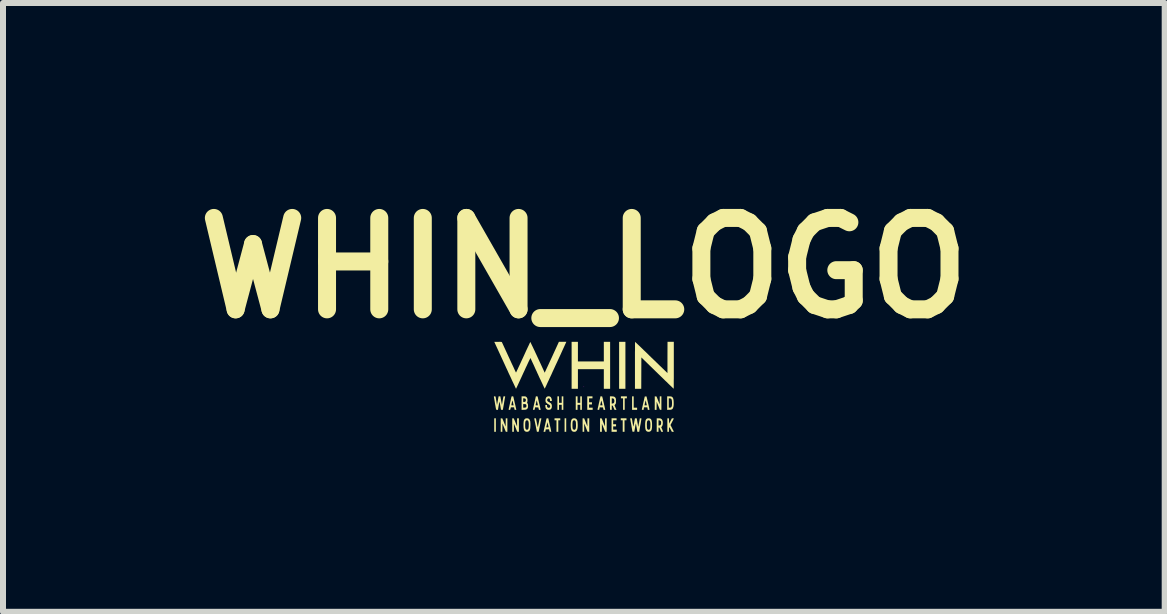
<source format=kicad_pcb>
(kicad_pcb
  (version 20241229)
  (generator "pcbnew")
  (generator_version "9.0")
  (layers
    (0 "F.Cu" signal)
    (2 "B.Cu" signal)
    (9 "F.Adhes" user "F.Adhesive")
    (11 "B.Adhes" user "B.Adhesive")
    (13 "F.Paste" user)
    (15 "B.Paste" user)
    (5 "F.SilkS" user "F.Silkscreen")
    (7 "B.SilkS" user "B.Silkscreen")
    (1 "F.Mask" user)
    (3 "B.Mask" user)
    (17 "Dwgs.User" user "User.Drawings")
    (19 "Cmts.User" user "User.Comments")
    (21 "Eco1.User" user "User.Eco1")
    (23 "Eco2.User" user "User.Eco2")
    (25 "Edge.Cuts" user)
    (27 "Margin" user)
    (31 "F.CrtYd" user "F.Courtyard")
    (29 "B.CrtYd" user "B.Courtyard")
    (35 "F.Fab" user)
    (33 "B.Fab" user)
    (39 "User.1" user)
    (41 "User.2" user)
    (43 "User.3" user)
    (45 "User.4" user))
  (footprint "WHIN_LOGO"
    (layer "F.Cu")
    (at 6.684 3.399)
    (property "Reference" "WHIN_LOGO" (at 0 -1.981 0) (layer "F.SilkS") (effects (font (size 1.524 1.524) (thickness 0.3))))
    (attr exclude_from_pos_files exclude_from_bom)
    (fp_poly (pts (xy -1.467 0.75) (xy -1.494 0.75) (xy -1.494 0.525) (xy -1.467 0.525)) (stroke (width 0) (type solid)) (fill yes) (layer "F.SilkS"))
    (fp_poly (pts (xy -0.294 0.75) (xy -0.321 0.75) (xy -0.321 0.525) (xy -0.294 0.525)) (stroke (width 0) (type solid)) (fill yes) (layer "F.SilkS"))
    (fp_poly (pts (xy 0.693 0.033) (xy 0.588 0.033) (xy 0.588 -0.75) (xy 0.693 -0.75)) (stroke (width 0) (type solid)) (fill yes) (layer "F.SilkS"))
    (fp_poly (pts (xy 0.831 0.348) (xy 0.888 0.348) (xy 0.888 0.384) (xy 0.804 0.384) (xy 0.804 0.159) (xy 0.831 0.159)) (stroke (width 0) (type solid)) (fill yes) (layer "F.SilkS"))
    (fp_poly (pts (xy -0.393 0.558) (xy -0.426 0.558) (xy -0.426 0.75) (xy -0.456 0.75) (xy -0.456 0.558) (xy -0.489 0.558) (xy -0.489 0.525) (xy -0.393 0.525)) (stroke (width 0) (type solid)) (fill yes) (layer "F.SilkS"))
    (fp_poly (pts (xy 0.711 0.558) (xy 0.678 0.558) (xy 0.678 0.75) (xy 0.648 0.75) (xy 0.648 0.558) (xy 0.615 0.558) (xy 0.615 0.525) (xy 0.711 0.525)) (stroke (width 0) (type solid)) (fill yes) (layer "F.SilkS"))
    (fp_poly (pts (xy 0.717 0.192) (xy 0.681 0.192) (xy 0.681 0.384) (xy 0.654 0.384) (xy 0.654 0.192) (xy 0.618 0.192) (xy 0.618 0.159) (xy 0.717 0.159)) (stroke (width 0) (type solid)) (fill yes) (layer "F.SilkS"))
    (fp_poly (pts (xy -0.414 0.267) (xy -0.369 0.267) (xy -0.369 0.159) (xy -0.342 0.159) (xy -0.342 0.384) (xy -0.369 0.384) (xy -0.369 0.3) (xy -0.414 0.3) (xy -0.414 0.384) (xy -0.441 0.384) (xy -0.441 0.159) (xy -0.414 0.159)) (stroke (width 0) (type solid)) (fill yes) (layer "F.SilkS"))
    (fp_poly (pts (xy -0.105 0.267) (xy -0.06 0.267) (xy -0.06 0.159) (xy -0.033 0.159) (xy -0.033 0.384) (xy -0.06 0.384) (xy -0.06 0.3) (xy -0.105 0.3) (xy -0.105 0.384) (xy -0.135 0.384) (xy -0.135 0.159) (xy -0.105 0.159)) (stroke (width 0) (type solid)) (fill yes) (layer "F.SilkS"))
    (fp_poly (pts (xy -0.099 -0.423) (xy 0.333 -0.423) (xy 0.333 -0.75) (xy 0.438 -0.75) (xy 0.438 0.033) (xy 0.333 0.033) (xy 0.333 -0.294) (xy -0.099 -0.294) (xy -0.099 0.033) (xy -0.204 0.033) (xy -0.204 -0.75) (xy -0.099 -0.75)) (stroke (width 0) (type solid)) (fill yes) (layer "F.SilkS"))
    (fp_poly (pts (xy 0.144 0.192) (xy 0.087 0.192) (xy 0.087 0.258) (xy 0.135 0.258) (xy 0.135 0.294) (xy 0.087 0.294) (xy 0.087 0.348) (xy 0.147 0.348) (xy 0.147 0.384) (xy 0.057 0.384) (xy 0.057 0.159) (xy 0.144 0.159)) (stroke (width 0) (type solid)) (fill yes) (layer "F.SilkS"))
    (fp_poly (pts (xy 0.546 0.558) (xy 0.489 0.558) (xy 0.489 0.624) (xy 0.537 0.624) (xy 0.537 0.66) (xy 0.489 0.66) (xy 0.489 0.714) (xy 0.549 0.714) (xy 0.549 0.75) (xy 0.462 0.75) (xy 0.462 0.525) (xy 0.546 0.525)) (stroke (width 0) (type solid)) (fill yes) (layer "F.SilkS"))
    (fp_poly (pts (xy -1.083 0.75) (xy -1.111 0.749) (xy -1.166 0.614) (xy -1.166 0.682) (xy -1.167 0.75) (xy -1.194 0.75) (xy -1.194 0.525) (xy -1.169 0.525) (xy -1.141 0.593) (xy -1.113 0.662) (xy -1.113 0.593) (xy -1.113 0.525) (xy -1.083 0.525)) (stroke (width 0) (type solid)) (fill yes) (layer "F.SilkS"))
    (fp_poly (pts (xy -1.372 0.526) (xy -1.359 0.527) (xy -1.331 0.595) (xy -1.304 0.663) (xy -1.303 0.594) (xy -1.302 0.525) (xy -1.275 0.525) (xy -1.275 0.75) (xy -1.301 0.75) (xy -1.329 0.68) (xy -1.358 0.611) (xy -1.358 0.68) (xy -1.359 0.75) (xy -1.386 0.75) (xy -1.386 0.525)) (stroke (width 0) (type solid)) (fill yes) (layer "F.SilkS"))
    (fp_poly (pts (xy 0.032 0.592) (xy 0.059 0.658) (xy 0.059 0.592) (xy 0.06 0.525) (xy 0.09 0.525) (xy 0.09 0.75) (xy 0.076 0.749) (xy 0.062 0.749) (xy 0.034 0.68) (xy 0.006 0.611) (xy 0.006 0.68) (xy 0.006 0.75) (xy -0.021 0.75) (xy -0.021 0.525) (xy 0.005 0.525)) (stroke (width 0) (type solid)) (fill yes) (layer "F.SilkS"))
    (fp_poly (pts (xy 0.284 0.526) (xy 0.298 0.527) (xy 0.325 0.594) (xy 0.353 0.661) (xy 0.353 0.593) (xy 0.354 0.525) (xy 0.381 0.525) (xy 0.381 0.75) (xy 0.368 0.75) (xy 0.356 0.75) (xy 0.3 0.614) (xy 0.3 0.682) (xy 0.3 0.75) (xy 0.27 0.75) (xy 0.27 0.525)) (stroke (width 0) (type solid)) (fill yes) (layer "F.SilkS"))
    (fp_poly (pts (xy 1.196 0.16) (xy 1.211 0.161) (xy 1.238 0.227) (xy 1.265 0.294) (xy 1.265 0.227) (xy 1.266 0.159) (xy 1.293 0.159) (xy 1.293 0.384) (xy 1.28 0.383) (xy 1.268 0.383) (xy 1.241 0.316) (xy 1.214 0.249) (xy 1.213 0.316) (xy 1.212 0.384) (xy 1.182 0.384) (xy 1.182 0.159)) (stroke (width 0) (type solid)) (fill yes) (layer "F.SilkS"))
    (fp_poly (pts (xy 1.421 0.615) (xy 1.468 0.525) (xy 1.484 0.525) (xy 1.493 0.526) (xy 1.499 0.527) (xy 1.5 0.528) (xy 1.499 0.531) (xy 1.495 0.539) (xy 1.489 0.551) (xy 1.482 0.565) (xy 1.473 0.581) (xy 1.472 0.584) (xy 1.444 0.637) (xy 1.472 0.691) (xy 1.48 0.708) (xy 1.488 0.723) (xy 1.494 0.735) (xy 1.498 0.743) (xy 1.5 0.748) (xy 1.5 0.748) (xy 1.497 0.749) (xy 1.49 0.75) (xy 1.484 0.75) (xy 1.467 0.75) (xy 1.447 0.711) (xy 1.439 0.696) (xy 1.434 0.685) (xy 1.43 0.679) (xy 1.427 0.676) (xy 1.425 0.675) (xy 1.423 0.677) (xy 1.421 0.683) (xy 1.42 0.693) (xy 1.419 0.71) (xy 1.419 0.716) (xy 1.419 0.75) (xy 1.392 0.75) (xy 1.392 0.525) (xy 1.419 0.525)) (stroke (width 0) (type solid)) (fill yes) (layer "F.SilkS"))
    (fp_poly (pts (xy 1.44 0.16) (xy 1.454 0.161) (xy 1.465 0.165) (xy 1.473 0.17) (xy 1.48 0.177) (xy 1.48 0.177) (xy 1.486 0.187) (xy 1.49 0.197) (xy 1.493 0.209) (xy 1.496 0.225) (xy 1.497 0.24) (xy 1.498 0.268) (xy 1.498 0.294) (xy 1.496 0.318) (xy 1.492 0.338) (xy 1.486 0.353) (xy 1.486 0.354) (xy 1.48 0.365) (xy 1.473 0.372) (xy 1.465 0.377) (xy 1.454 0.381) (xy 1.439 0.383) (xy 1.423 0.383) (xy 1.389 0.385) (xy 1.389 0.192) (xy 1.416 0.192) (xy 1.416 0.348) (xy 1.433 0.348) (xy 1.444 0.347) (xy 1.451 0.345) (xy 1.456 0.341) (xy 1.462 0.332) (xy 1.467 0.317) (xy 1.469 0.298) (xy 1.47 0.273) (xy 1.47 0.272) (xy 1.469 0.247) (xy 1.467 0.227) (xy 1.463 0.213) (xy 1.458 0.202) (xy 1.45 0.196) (xy 1.439 0.193) (xy 1.431 0.192) (xy 1.416 0.192) (xy 1.389 0.192) (xy 1.389 0.159) (xy 1.421 0.159)) (stroke (width 0) (type solid)) (fill yes) (layer "F.SilkS"))
    (fp_poly (pts (xy 1.07 0.269) (xy 1.076 0.293) (xy 1.081 0.316) (xy 1.086 0.337) (xy 1.089 0.354) (xy 1.092 0.367) (xy 1.094 0.376) (xy 1.095 0.38) (xy 1.095 0.38) (xy 1.092 0.383) (xy 1.084 0.384) (xy 1.081 0.384) (xy 1.066 0.384) (xy 1.059 0.342) (xy 1.003 0.342) (xy 0.999 0.363) (xy 0.996 0.384) (xy 0.981 0.384) (xy 0.971 0.383) (xy 0.966 0.381) (xy 0.966 0.38) (xy 0.967 0.377) (xy 0.969 0.368) (xy 0.972 0.354) (xy 0.976 0.337) (xy 0.98 0.317) (xy 0.983 0.307) (xy 1.011 0.307) (xy 1.014 0.308) (xy 1.021 0.309) (xy 1.031 0.309) (xy 1.041 0.309) (xy 1.047 0.308) (xy 1.049 0.307) (xy 1.049 0.304) (xy 1.049 0.302) (xy 1.048 0.297) (xy 1.045 0.287) (xy 1.042 0.274) (xy 1.039 0.26) (xy 1.031 0.224) (xy 1.021 0.264) (xy 1.017 0.279) (xy 1.015 0.292) (xy 1.012 0.301) (xy 1.011 0.306) (xy 1.011 0.307) (xy 0.983 0.307) (xy 0.985 0.294) (xy 0.991 0.269) (xy 0.991 0.269) (xy 1.016 0.161) (xy 1.045 0.161)) (stroke (width 0) (type solid)) (fill yes) (layer "F.SilkS"))
    (fp_poly (pts (xy -0.784 0.601) (xy -0.78 0.621) (xy -0.776 0.639) (xy -0.773 0.653) (xy -0.77 0.664) (xy -0.768 0.671) (xy -0.767 0.672) (xy -0.766 0.668) (xy -0.764 0.659) (xy -0.761 0.646) (xy -0.758 0.629) (xy -0.754 0.61) (xy -0.751 0.596) (xy -0.737 0.525) (xy -0.722 0.525) (xy -0.714 0.525) (xy -0.709 0.526) (xy -0.709 0.529) (xy -0.709 0.532) (xy -0.71 0.537) (xy -0.712 0.547) (xy -0.715 0.56) (xy -0.719 0.577) (xy -0.723 0.597) (xy -0.727 0.618) (xy -0.731 0.64) (xy -0.736 0.662) (xy -0.74 0.683) (xy -0.744 0.702) (xy -0.747 0.719) (xy -0.75 0.733) (xy -0.752 0.743) (xy -0.753 0.748) (xy -0.753 0.748) (xy -0.756 0.749) (xy -0.763 0.75) (xy -0.768 0.75) (xy -0.777 0.75) (xy -0.782 0.749) (xy -0.783 0.748) (xy -0.784 0.745) (xy -0.785 0.737) (xy -0.788 0.724) (xy -0.791 0.708) (xy -0.795 0.689) (xy -0.799 0.669) (xy -0.803 0.647) (xy -0.808 0.625) (xy -0.812 0.604) (xy -0.816 0.584) (xy -0.82 0.566) (xy -0.823 0.551) (xy -0.825 0.54) (xy -0.827 0.533) (xy -0.827 0.532) (xy -0.828 0.528) (xy -0.826 0.526) (xy -0.82 0.525) (xy -0.814 0.525) (xy -0.799 0.525)) (stroke (width 0) (type solid)) (fill yes) (layer "F.SilkS"))
    (fp_poly (pts (xy -0.776 0.16) (xy -0.771 0.162) (xy -0.77 0.164) (xy -0.769 0.168) (xy -0.767 0.178) (xy -0.764 0.191) (xy -0.76 0.209) (xy -0.755 0.229) (xy -0.75 0.252) (xy -0.746 0.27) (xy -0.74 0.294) (xy -0.735 0.316) (xy -0.73 0.336) (xy -0.727 0.353) (xy -0.724 0.366) (xy -0.722 0.374) (xy -0.721 0.377) (xy -0.721 0.381) (xy -0.722 0.383) (xy -0.728 0.384) (xy -0.734 0.384) (xy -0.749 0.384) (xy -0.754 0.364) (xy -0.758 0.344) (xy -0.812 0.342) (xy -0.817 0.362) (xy -0.821 0.383) (xy -0.835 0.383) (xy -0.843 0.384) (xy -0.848 0.383) (xy -0.849 0.382) (xy -0.849 0.379) (xy -0.847 0.37) (xy -0.844 0.357) (xy -0.84 0.34) (xy -0.836 0.32) (xy -0.833 0.306) (xy -0.804 0.306) (xy -0.801 0.308) (xy -0.794 0.309) (xy -0.785 0.309) (xy -0.765 0.309) (xy -0.767 0.301) (xy -0.769 0.295) (xy -0.771 0.284) (xy -0.774 0.271) (xy -0.777 0.258) (xy -0.785 0.224) (xy -0.795 0.264) (xy -0.798 0.278) (xy -0.801 0.291) (xy -0.803 0.301) (xy -0.804 0.306) (xy -0.804 0.306) (xy -0.833 0.306) (xy -0.831 0.297) (xy -0.825 0.272) (xy -0.824 0.269) (xy -0.8 0.159) (xy -0.786 0.159)) (stroke (width 0) (type solid)) (fill yes) (layer "F.SilkS"))
    (fp_poly (pts (xy -0.593 0.525) (xy -0.568 0.635) (xy -0.562 0.66) (xy -0.557 0.683) (xy -0.552 0.704) (xy -0.549 0.721) (xy -0.546 0.735) (xy -0.544 0.744) (xy -0.543 0.748) (xy -0.543 0.748) (xy -0.546 0.749) (xy -0.553 0.75) (xy -0.557 0.749) (xy -0.572 0.749) (xy -0.58 0.708) (xy -0.607 0.709) (xy -0.635 0.71) (xy -0.643 0.75) (xy -0.658 0.75) (xy -0.667 0.75) (xy -0.671 0.749) (xy -0.672 0.746) (xy -0.671 0.742) (xy -0.669 0.737) (xy -0.667 0.727) (xy -0.664 0.713) (xy -0.66 0.695) (xy -0.655 0.675) (xy -0.627 0.675) (xy -0.607 0.675) (xy -0.597 0.675) (xy -0.591 0.674) (xy -0.589 0.673) (xy -0.589 0.67) (xy -0.589 0.668) (xy -0.59 0.663) (xy -0.592 0.653) (xy -0.595 0.64) (xy -0.599 0.626) (xy -0.607 0.59) (xy -0.615 0.624) (xy -0.618 0.639) (xy -0.621 0.652) (xy -0.624 0.662) (xy -0.625 0.667) (xy -0.627 0.675) (xy -0.655 0.675) (xy -0.655 0.674) (xy -0.65 0.651) (xy -0.646 0.635) (xy -0.641 0.611) (xy -0.636 0.589) (xy -0.631 0.569) (xy -0.628 0.553) (xy -0.625 0.541) (xy -0.623 0.533) (xy -0.622 0.53) (xy -0.62 0.527) (xy -0.614 0.525) (xy -0.607 0.525)) (stroke (width 0) (type solid)) (fill yes) (layer "F.SilkS"))
    (fp_poly (pts (xy 1.241 0.525) (xy 1.26 0.526) (xy 1.274 0.527) (xy 1.285 0.531) (xy 1.294 0.537) (xy 1.3 0.543) (xy 1.309 0.558) (xy 1.315 0.577) (xy 1.317 0.6) (xy 1.316 0.612) (xy 1.314 0.633) (xy 1.308 0.649) (xy 1.3 0.662) (xy 1.298 0.665) (xy 1.29 0.673) (xy 1.305 0.708) (xy 1.311 0.722) (xy 1.315 0.733) (xy 1.319 0.742) (xy 1.32 0.747) (xy 1.32 0.747) (xy 1.317 0.749) (xy 1.31 0.75) (xy 1.306 0.75) (xy 1.291 0.75) (xy 1.275 0.714) (xy 1.268 0.699) (xy 1.263 0.689) (xy 1.26 0.683) (xy 1.256 0.679) (xy 1.253 0.678) (xy 1.252 0.678) (xy 1.249 0.678) (xy 1.247 0.679) (xy 1.246 0.683) (xy 1.245 0.689) (xy 1.245 0.699) (xy 1.245 0.714) (xy 1.245 0.75) (xy 1.215 0.75) (xy 1.215 0.558) (xy 1.245 0.558) (xy 1.245 0.646) (xy 1.259 0.644) (xy 1.27 0.642) (xy 1.278 0.637) (xy 1.279 0.637) (xy 1.284 0.628) (xy 1.287 0.616) (xy 1.289 0.601) (xy 1.288 0.587) (xy 1.285 0.574) (xy 1.283 0.572) (xy 1.278 0.567) (xy 1.269 0.562) (xy 1.259 0.559) (xy 1.253 0.558) (xy 1.245 0.558) (xy 1.215 0.558) (xy 1.215 0.525)) (stroke (width 0) (type solid)) (fill yes) (layer "F.SilkS"))
    (fp_poly (pts (xy 1.5 -0.358) (xy 1.5 -0.31) (xy 1.5 -0.264) (xy 1.5 -0.219) (xy 1.5 -0.178) (xy 1.5 -0.138) (xy 1.499 -0.103) (xy 1.499 -0.07) (xy 1.499 -0.041) (xy 1.499 -0.017) (xy 1.499 0.003) (xy 1.498 0.018) (xy 1.498 0.028) (xy 1.498 0.032) (xy 1.498 0.033) (xy 1.495 0.03) (xy 1.489 0.024) (xy 1.478 0.014) (xy 1.465 0.001) (xy 1.448 -0.015) (xy 1.428 -0.034) (xy 1.405 -0.056) (xy 1.38 -0.081) (xy 1.352 -0.107) (xy 1.323 -0.136) (xy 1.292 -0.166) (xy 1.259 -0.198) (xy 1.227 -0.229) (xy 0.959 -0.49) (xy 0.958 -0.228) (xy 0.957 0.033) (xy 0.852 0.033) (xy 0.852 -0.359) (xy 0.852 -0.406) (xy 0.852 -0.453) (xy 0.852 -0.497) (xy 0.852 -0.539) (xy 0.852 -0.578) (xy 0.853 -0.614) (xy 0.853 -0.646) (xy 0.853 -0.675) (xy 0.853 -0.7) (xy 0.853 -0.72) (xy 0.854 -0.735) (xy 0.854 -0.745) (xy 0.854 -0.75) (xy 0.854 -0.75) (xy 0.857 -0.748) (xy 0.863 -0.742) (xy 0.873 -0.732) (xy 0.887 -0.719) (xy 0.904 -0.703) (xy 0.924 -0.684) (xy 0.947 -0.662) (xy 0.972 -0.638) (xy 0.999 -0.611) (xy 1.029 -0.583) (xy 1.06 -0.553) (xy 1.092 -0.521) (xy 1.125 -0.489) (xy 1.394 -0.229) (xy 1.394 -0.489) (xy 1.395 -0.75) (xy 1.5 -0.75)) (stroke (width 0) (type solid)) (fill yes) (layer "F.SilkS"))
    (fp_poly (pts (xy -0.575 0.159) (xy -0.562 0.164) (xy -0.55 0.174) (xy -0.542 0.189) (xy -0.536 0.206) (xy -0.534 0.226) (xy -0.534 0.227) (xy -0.534 0.237) (xy -0.564 0.237) (xy -0.564 0.222) (xy -0.566 0.208) (xy -0.571 0.198) (xy -0.58 0.193) (xy -0.586 0.192) (xy -0.598 0.195) (xy -0.606 0.202) (xy -0.611 0.214) (xy -0.612 0.221) (xy -0.61 0.232) (xy -0.602 0.242) (xy -0.589 0.251) (xy -0.579 0.256) (xy -0.561 0.267) (xy -0.548 0.277) (xy -0.54 0.289) (xy -0.535 0.303) (xy -0.533 0.32) (xy -0.533 0.324) (xy -0.535 0.345) (xy -0.541 0.361) (xy -0.551 0.374) (xy -0.558 0.378) (xy -0.57 0.382) (xy -0.584 0.384) (xy -0.599 0.383) (xy -0.611 0.38) (xy -0.624 0.371) (xy -0.634 0.357) (xy -0.64 0.34) (xy -0.642 0.321) (xy -0.642 0.303) (xy -0.615 0.303) (xy -0.615 0.315) (xy -0.613 0.33) (xy -0.606 0.342) (xy -0.596 0.349) (xy -0.583 0.351) (xy -0.574 0.348) (xy -0.566 0.341) (xy -0.562 0.332) (xy -0.561 0.326) (xy -0.563 0.315) (xy -0.569 0.306) (xy -0.581 0.297) (xy -0.594 0.29) (xy -0.611 0.279) (xy -0.625 0.267) (xy -0.635 0.254) (xy -0.638 0.244) (xy -0.64 0.224) (xy -0.638 0.205) (xy -0.633 0.188) (xy -0.625 0.174) (xy -0.618 0.167) (xy -0.605 0.161) (xy -0.59 0.158)) (stroke (width 0) (type solid)) (fill yes) (layer "F.SilkS"))
    (fp_poly (pts (xy -0.991 0.159) (xy -0.98 0.16) (xy -0.973 0.161) (xy -0.967 0.163) (xy -0.963 0.166) (xy -0.951 0.177) (xy -0.943 0.193) (xy -0.939 0.213) (xy -0.939 0.221) (xy -0.94 0.235) (xy -0.941 0.247) (xy -0.943 0.254) (xy -0.946 0.261) (xy -0.946 0.266) (xy -0.943 0.271) (xy -0.94 0.277) (xy -0.935 0.285) (xy -0.932 0.294) (xy -0.931 0.306) (xy -0.931 0.311) (xy -0.93 0.329) (xy -0.932 0.343) (xy -0.935 0.353) (xy -0.94 0.362) (xy -0.941 0.363) (xy -0.948 0.371) (xy -0.956 0.376) (xy -0.966 0.38) (xy -0.978 0.382) (xy -0.995 0.383) (xy -1.003 0.383) (xy -1.038 0.385) (xy -1.038 0.288) (xy -1.011 0.288) (xy -1.011 0.348) (xy -0.994 0.348) (xy -0.983 0.347) (xy -0.973 0.345) (xy -0.969 0.344) (xy -0.962 0.337) (xy -0.958 0.326) (xy -0.957 0.314) (xy -0.961 0.301) (xy -0.961 0.3) (xy -0.965 0.294) (xy -0.97 0.29) (xy -0.978 0.289) (xy -0.99 0.288) (xy -0.993 0.288) (xy -1.011 0.288) (xy -1.038 0.288) (xy -1.038 0.252) (xy -1.011 0.252) (xy -0.996 0.252) (xy -0.985 0.251) (xy -0.977 0.248) (xy -0.975 0.246) (xy -0.968 0.235) (xy -0.967 0.221) (xy -0.967 0.215) (xy -0.97 0.204) (xy -0.976 0.198) (xy -0.984 0.194) (xy -0.994 0.193) (xy -1.011 0.191) (xy -1.011 0.252) (xy -1.038 0.252) (xy -1.038 0.159) (xy -1.006 0.159)) (stroke (width 0) (type solid)) (fill yes) (layer "F.SilkS"))
    (fp_poly (pts (xy 1.093 0.526) (xy 1.106 0.53) (xy 1.115 0.536) (xy 1.123 0.546) (xy 1.129 0.559) (xy 1.133 0.577) (xy 1.136 0.599) (xy 1.137 0.626) (xy 1.137 0.639) (xy 1.137 0.666) (xy 1.135 0.688) (xy 1.132 0.705) (xy 1.128 0.719) (xy 1.122 0.73) (xy 1.114 0.738) (xy 1.107 0.743) (xy 1.096 0.748) (xy 1.081 0.75) (xy 1.067 0.749) (xy 1.054 0.745) (xy 1.054 0.745) (xy 1.044 0.738) (xy 1.036 0.729) (xy 1.03 0.716) (xy 1.026 0.7) (xy 1.023 0.679) (xy 1.022 0.653) (xy 1.022 0.639) (xy 1.022 0.626) (xy 1.05 0.626) (xy 1.051 0.646) (xy 1.051 0.665) (xy 1.052 0.679) (xy 1.053 0.689) (xy 1.055 0.697) (xy 1.057 0.701) (xy 1.065 0.712) (xy 1.074 0.716) (xy 1.085 0.716) (xy 1.09 0.714) (xy 1.097 0.709) (xy 1.102 0.702) (xy 1.105 0.692) (xy 1.108 0.678) (xy 1.109 0.659) (xy 1.109 0.648) (xy 1.11 0.621) (xy 1.108 0.598) (xy 1.105 0.582) (xy 1.1 0.569) (xy 1.093 0.562) (xy 1.084 0.558) (xy 1.079 0.558) (xy 1.07 0.56) (xy 1.063 0.564) (xy 1.057 0.573) (xy 1.053 0.586) (xy 1.051 0.603) (xy 1.05 0.626) (xy 1.022 0.626) (xy 1.022 0.611) (xy 1.024 0.588) (xy 1.027 0.57) (xy 1.031 0.555) (xy 1.037 0.544) (xy 1.045 0.536) (xy 1.052 0.53) (xy 1.064 0.526) (xy 1.078 0.525)) (stroke (width 0) (type solid)) (fill yes) (layer "F.SilkS"))
    (fp_poly (pts (xy -0.138 0.529) (xy -0.125 0.538) (xy -0.114 0.552) (xy -0.107 0.571) (xy -0.105 0.582) (xy -0.104 0.597) (xy -0.103 0.615) (xy -0.102 0.635) (xy -0.102 0.656) (xy -0.103 0.674) (xy -0.105 0.689) (xy -0.105 0.691) (xy -0.11 0.711) (xy -0.117 0.727) (xy -0.127 0.739) (xy -0.132 0.743) (xy -0.144 0.749) (xy -0.159 0.75) (xy -0.174 0.749) (xy -0.188 0.744) (xy -0.189 0.743) (xy -0.199 0.735) (xy -0.207 0.723) (xy -0.212 0.708) (xy -0.216 0.69) (xy -0.218 0.666) (xy -0.219 0.637) (xy -0.219 0.636) (xy -0.19 0.636) (xy -0.19 0.654) (xy -0.189 0.67) (xy -0.188 0.683) (xy -0.187 0.692) (xy -0.187 0.692) (xy -0.181 0.704) (xy -0.173 0.712) (xy -0.164 0.717) (xy -0.161 0.717) (xy -0.153 0.715) (xy -0.146 0.711) (xy -0.14 0.705) (xy -0.136 0.697) (xy -0.134 0.685) (xy -0.132 0.67) (xy -0.131 0.65) (xy -0.131 0.638) (xy -0.132 0.612) (xy -0.133 0.592) (xy -0.137 0.577) (xy -0.142 0.567) (xy -0.148 0.561) (xy -0.157 0.558) (xy -0.16 0.558) (xy -0.169 0.559) (xy -0.177 0.564) (xy -0.183 0.571) (xy -0.187 0.583) (xy -0.189 0.599) (xy -0.19 0.621) (xy -0.19 0.636) (xy -0.219 0.636) (xy -0.219 0.636) (xy -0.218 0.606) (xy -0.215 0.581) (xy -0.211 0.561) (xy -0.204 0.546) (xy -0.194 0.535) (xy -0.183 0.528) (xy -0.174 0.526) (xy -0.154 0.525)) (stroke (width 0) (type solid)) (fill yes) (layer "F.SilkS"))
    (fp_poly (pts (xy -0.935 0.526) (xy -0.923 0.53) (xy -0.912 0.538) (xy -0.903 0.551) (xy -0.896 0.568) (xy -0.894 0.575) (xy -0.893 0.584) (xy -0.892 0.597) (xy -0.891 0.613) (xy -0.891 0.631) (xy -0.891 0.639) (xy -0.892 0.665) (xy -0.893 0.687) (xy -0.896 0.705) (xy -0.9 0.718) (xy -0.906 0.729) (xy -0.914 0.738) (xy -0.921 0.743) (xy -0.932 0.748) (xy -0.947 0.75) (xy -0.961 0.749) (xy -0.974 0.745) (xy -0.974 0.745) (xy -0.984 0.738) (xy -0.992 0.729) (xy -0.998 0.716) (xy -1.002 0.7) (xy -1.005 0.679) (xy -1.006 0.653) (xy -1.006 0.639) (xy -1.006 0.638) (xy -0.978 0.638) (xy -0.978 0.66) (xy -0.977 0.677) (xy -0.975 0.69) (xy -0.972 0.699) (xy -0.967 0.706) (xy -0.964 0.71) (xy -0.956 0.716) (xy -0.946 0.716) (xy -0.938 0.714) (xy -0.931 0.709) (xy -0.927 0.702) (xy -0.923 0.692) (xy -0.921 0.678) (xy -0.919 0.659) (xy -0.919 0.648) (xy -0.918 0.621) (xy -0.92 0.598) (xy -0.923 0.582) (xy -0.928 0.569) (xy -0.935 0.562) (xy -0.945 0.558) (xy -0.949 0.558) (xy -0.958 0.56) (xy -0.965 0.564) (xy -0.971 0.573) (xy -0.975 0.585) (xy -0.977 0.603) (xy -0.978 0.625) (xy -0.978 0.638) (xy -1.006 0.638) (xy -1.006 0.611) (xy -1.004 0.588) (xy -1.002 0.57) (xy -0.997 0.555) (xy -0.991 0.544) (xy -0.984 0.536) (xy -0.976 0.53) (xy -0.964 0.526) (xy -0.95 0.525)) (stroke (width 0) (type solid)) (fill yes) (layer "F.SilkS"))
    (fp_poly (pts (xy 0.301 0.16) (xy 0.306 0.162) (xy 0.307 0.164) (xy 0.308 0.168) (xy 0.31 0.178) (xy 0.314 0.191) (xy 0.318 0.209) (xy 0.322 0.229) (xy 0.327 0.252) (xy 0.332 0.27) (xy 0.337 0.294) (xy 0.342 0.316) (xy 0.347 0.336) (xy 0.35 0.353) (xy 0.353 0.366) (xy 0.355 0.374) (xy 0.356 0.377) (xy 0.357 0.381) (xy 0.355 0.383) (xy 0.349 0.384) (xy 0.343 0.384) (xy 0.328 0.384) (xy 0.324 0.364) (xy 0.319 0.344) (xy 0.292 0.343) (xy 0.264 0.342) (xy 0.261 0.359) (xy 0.259 0.371) (xy 0.257 0.379) (xy 0.254 0.382) (xy 0.25 0.384) (xy 0.243 0.384) (xy 0.242 0.384) (xy 0.232 0.383) (xy 0.228 0.381) (xy 0.228 0.38) (xy 0.229 0.377) (xy 0.23 0.368) (xy 0.233 0.354) (xy 0.237 0.337) (xy 0.242 0.317) (xy 0.244 0.307) (xy 0.273 0.307) (xy 0.276 0.308) (xy 0.283 0.309) (xy 0.293 0.309) (xy 0.304 0.309) (xy 0.31 0.308) (xy 0.311 0.306) (xy 0.311 0.305) (xy 0.31 0.301) (xy 0.308 0.292) (xy 0.305 0.28) (xy 0.302 0.266) (xy 0.301 0.265) (xy 0.298 0.251) (xy 0.295 0.24) (xy 0.293 0.233) (xy 0.291 0.23) (xy 0.291 0.23) (xy 0.29 0.234) (xy 0.288 0.242) (xy 0.285 0.253) (xy 0.282 0.265) (xy 0.279 0.279) (xy 0.276 0.291) (xy 0.274 0.3) (xy 0.273 0.306) (xy 0.273 0.307) (xy 0.244 0.307) (xy 0.247 0.294) (xy 0.252 0.269) (xy 0.253 0.268) (xy 0.277 0.159) (xy 0.291 0.159)) (stroke (width 0) (type solid)) (fill yes) (layer "F.SilkS"))
    (fp_poly (pts (xy 0.485 0.16) (xy 0.501 0.163) (xy 0.513 0.169) (xy 0.522 0.177) (xy 0.528 0.186) (xy 0.531 0.192) (xy 0.533 0.198) (xy 0.535 0.206) (xy 0.535 0.216) (xy 0.536 0.23) (xy 0.536 0.236) (xy 0.535 0.251) (xy 0.535 0.263) (xy 0.534 0.271) (xy 0.532 0.278) (xy 0.529 0.284) (xy 0.529 0.284) (xy 0.523 0.293) (xy 0.518 0.299) (xy 0.516 0.301) (xy 0.514 0.303) (xy 0.512 0.305) (xy 0.513 0.309) (xy 0.514 0.315) (xy 0.518 0.324) (xy 0.524 0.337) (xy 0.526 0.344) (xy 0.532 0.358) (xy 0.537 0.369) (xy 0.541 0.378) (xy 0.543 0.383) (xy 0.543 0.383) (xy 0.54 0.384) (xy 0.533 0.384) (xy 0.527 0.384) (xy 0.511 0.384) (xy 0.496 0.349) (xy 0.49 0.334) (xy 0.485 0.324) (xy 0.482 0.318) (xy 0.478 0.314) (xy 0.475 0.313) (xy 0.473 0.313) (xy 0.465 0.312) (xy 0.465 0.384) (xy 0.452 0.384) (xy 0.444 0.384) (xy 0.438 0.383) (xy 0.437 0.382) (xy 0.437 0.379) (xy 0.436 0.37) (xy 0.436 0.357) (xy 0.435 0.339) (xy 0.435 0.319) (xy 0.435 0.296) (xy 0.435 0.28) (xy 0.465 0.28) (xy 0.479 0.278) (xy 0.492 0.275) (xy 0.5 0.269) (xy 0.506 0.258) (xy 0.509 0.244) (xy 0.509 0.229) (xy 0.506 0.215) (xy 0.501 0.203) (xy 0.5 0.202) (xy 0.492 0.196) (xy 0.482 0.193) (xy 0.479 0.193) (xy 0.465 0.191) (xy 0.465 0.28) (xy 0.435 0.28) (xy 0.435 0.27) (xy 0.435 0.159) (xy 0.464 0.159)) (stroke (width 0) (type solid)) (fill yes) (layer "F.SilkS"))
    (fp_poly (pts (xy -1.182 0.159) (xy -1.178 0.161) (xy -1.175 0.165) (xy -1.175 0.166) (xy -1.174 0.17) (xy -1.172 0.18) (xy -1.169 0.194) (xy -1.165 0.211) (xy -1.16 0.232) (xy -1.155 0.255) (xy -1.151 0.273) (xy -1.145 0.297) (xy -1.14 0.319) (xy -1.136 0.339) (xy -1.132 0.355) (xy -1.129 0.368) (xy -1.127 0.376) (xy -1.126 0.379) (xy -1.126 0.382) (xy -1.129 0.383) (xy -1.136 0.384) (xy -1.14 0.384) (xy -1.149 0.384) (xy -1.153 0.382) (xy -1.156 0.379) (xy -1.157 0.374) (xy -1.159 0.364) (xy -1.161 0.354) (xy -1.161 0.353) (xy -1.164 0.342) (xy -1.217 0.342) (xy -1.221 0.358) (xy -1.224 0.37) (xy -1.226 0.378) (xy -1.229 0.382) (xy -1.232 0.384) (xy -1.237 0.384) (xy -1.241 0.384) (xy -1.249 0.384) (xy -1.253 0.382) (xy -1.254 0.378) (xy -1.253 0.374) (xy -1.252 0.365) (xy -1.249 0.351) (xy -1.245 0.334) (xy -1.24 0.314) (xy -1.239 0.306) (xy -1.209 0.306) (xy -1.206 0.308) (xy -1.199 0.309) (xy -1.19 0.309) (xy -1.171 0.309) (xy -1.178 0.278) (xy -1.181 0.264) (xy -1.184 0.251) (xy -1.186 0.242) (xy -1.187 0.238) (xy -1.189 0.232) (xy -1.191 0.23) (xy -1.191 0.23) (xy -1.193 0.234) (xy -1.195 0.242) (xy -1.198 0.253) (xy -1.201 0.266) (xy -1.204 0.279) (xy -1.206 0.291) (xy -1.208 0.3) (xy -1.209 0.306) (xy -1.209 0.306) (xy -1.239 0.306) (xy -1.235 0.291) (xy -1.232 0.276) (xy -1.227 0.252) (xy -1.221 0.23) (xy -1.217 0.21) (xy -1.213 0.193) (xy -1.21 0.18) (xy -1.208 0.171) (xy -1.208 0.169) (xy -1.206 0.163) (xy -1.203 0.16) (xy -1.197 0.159) (xy -1.191 0.159)) (stroke (width 0) (type solid)) (fill yes) (layer "F.SilkS"))
    (fp_poly (pts (xy 0.869 0.525) (xy 0.877 0.526) (xy 0.882 0.527) (xy 0.882 0.527) (xy 0.883 0.531) (xy 0.884 0.539) (xy 0.886 0.552) (xy 0.889 0.568) (xy 0.892 0.586) (xy 0.894 0.597) (xy 0.898 0.617) (xy 0.901 0.634) (xy 0.903 0.649) (xy 0.905 0.66) (xy 0.906 0.666) (xy 0.906 0.668) (xy 0.907 0.665) (xy 0.908 0.658) (xy 0.911 0.647) (xy 0.913 0.633) (xy 0.916 0.616) (xy 0.92 0.599) (xy 0.923 0.582) (xy 0.926 0.565) (xy 0.929 0.55) (xy 0.931 0.538) (xy 0.932 0.529) (xy 0.933 0.526) (xy 0.936 0.525) (xy 0.943 0.525) (xy 0.947 0.525) (xy 0.955 0.526) (xy 0.959 0.527) (xy 0.96 0.53) (xy 0.96 0.534) (xy 0.958 0.544) (xy 0.956 0.557) (xy 0.953 0.575) (xy 0.95 0.596) (xy 0.946 0.619) (xy 0.941 0.643) (xy 0.923 0.75) (xy 0.892 0.75) (xy 0.881 0.683) (xy 0.877 0.664) (xy 0.874 0.646) (xy 0.871 0.631) (xy 0.869 0.62) (xy 0.868 0.613) (xy 0.867 0.612) (xy 0.867 0.614) (xy 0.865 0.62) (xy 0.862 0.631) (xy 0.859 0.646) (xy 0.856 0.664) (xy 0.854 0.678) (xy 0.841 0.749) (xy 0.826 0.749) (xy 0.817 0.749) (xy 0.811 0.748) (xy 0.81 0.747) (xy 0.81 0.744) (xy 0.808 0.735) (xy 0.806 0.722) (xy 0.803 0.706) (xy 0.8 0.687) (xy 0.796 0.666) (xy 0.793 0.644) (xy 0.789 0.622) (xy 0.785 0.601) (xy 0.781 0.581) (xy 0.778 0.563) (xy 0.776 0.549) (xy 0.774 0.538) (xy 0.773 0.532) (xy 0.772 0.532) (xy 0.772 0.528) (xy 0.774 0.526) (xy 0.78 0.525) (xy 0.786 0.525) (xy 0.795 0.525) (xy 0.8 0.526) (xy 0.801 0.527) (xy 0.802 0.531) (xy 0.803 0.539) (xy 0.805 0.552) (xy 0.808 0.567) (xy 0.81 0.584) (xy 0.813 0.601) (xy 0.816 0.618) (xy 0.819 0.633) (xy 0.821 0.646) (xy 0.823 0.656) (xy 0.824 0.66) (xy 0.825 0.66) (xy 0.827 0.654) (xy 0.83 0.642) (xy 0.833 0.625) (xy 0.838 0.603) (xy 0.839 0.597) (xy 0.842 0.577) (xy 0.846 0.56) (xy 0.848 0.545) (xy 0.85 0.534) (xy 0.852 0.527) (xy 0.852 0.526) (xy 0.855 0.525) (xy 0.861 0.525)) (stroke (width 0) (type solid)) (fill yes) (layer "F.SilkS"))
    (fp_poly (pts (xy -1.476 0.16) (xy -1.474 0.162) (xy -1.472 0.166) (xy -1.47 0.173) (xy -1.468 0.183) (xy -1.466 0.198) (xy -1.463 0.217) (xy -1.459 0.236) (xy -1.456 0.254) (xy -1.453 0.271) (xy -1.451 0.285) (xy -1.449 0.295) (xy -1.448 0.301) (xy -1.448 0.301) (xy -1.447 0.299) (xy -1.446 0.293) (xy -1.444 0.282) (xy -1.441 0.268) (xy -1.439 0.256) (xy -1.436 0.238) (xy -1.432 0.219) (xy -1.429 0.202) (xy -1.427 0.188) (xy -1.426 0.184) (xy -1.421 0.159) (xy -1.407 0.159) (xy -1.398 0.159) (xy -1.393 0.16) (xy -1.392 0.16) (xy -1.391 0.163) (xy -1.39 0.171) (xy -1.388 0.183) (xy -1.385 0.199) (xy -1.381 0.218) (xy -1.379 0.233) (xy -1.375 0.252) (xy -1.372 0.27) (xy -1.369 0.284) (xy -1.367 0.294) (xy -1.366 0.3) (xy -1.365 0.301) (xy -1.365 0.298) (xy -1.363 0.289) (xy -1.361 0.276) (xy -1.358 0.26) (xy -1.355 0.241) (xy -1.353 0.231) (xy -1.35 0.212) (xy -1.347 0.194) (xy -1.344 0.18) (xy -1.342 0.169) (xy -1.341 0.163) (xy -1.341 0.161) (xy -1.338 0.16) (xy -1.331 0.159) (xy -1.326 0.159) (xy -1.317 0.159) (xy -1.313 0.16) (xy -1.312 0.163) (xy -1.312 0.167) (xy -1.313 0.172) (xy -1.315 0.182) (xy -1.318 0.196) (xy -1.321 0.213) (xy -1.324 0.232) (xy -1.328 0.253) (xy -1.331 0.275) (xy -1.335 0.297) (xy -1.339 0.318) (xy -1.342 0.337) (xy -1.345 0.354) (xy -1.348 0.368) (xy -1.349 0.378) (xy -1.35 0.382) (xy -1.35 0.383) (xy -1.353 0.384) (xy -1.36 0.384) (xy -1.366 0.383) (xy -1.381 0.383) (xy -1.393 0.313) (xy -1.397 0.293) (xy -1.4 0.276) (xy -1.403 0.263) (xy -1.405 0.253) (xy -1.407 0.247) (xy -1.407 0.247) (xy -1.408 0.251) (xy -1.41 0.26) (xy -1.413 0.273) (xy -1.416 0.289) (xy -1.419 0.308) (xy -1.421 0.317) (xy -1.432 0.384) (xy -1.447 0.384) (xy -1.457 0.383) (xy -1.462 0.381) (xy -1.463 0.38) (xy -1.463 0.376) (xy -1.465 0.367) (xy -1.468 0.354) (xy -1.471 0.337) (xy -1.474 0.318) (xy -1.478 0.297) (xy -1.482 0.275) (xy -1.485 0.253) (xy -1.489 0.231) (xy -1.492 0.211) (xy -1.495 0.194) (xy -1.498 0.18) (xy -1.499 0.17) (xy -1.5 0.164) (xy -1.5 0.164) (xy -1.499 0.161) (xy -1.493 0.159) (xy -1.487 0.159) (xy -1.482 0.159) (xy -1.479 0.159)) (stroke (width 0) (type solid)) (fill yes) (layer "F.SilkS"))
    (fp_poly (pts (xy -0.324 -0.679) (xy -0.359 -0.603) (xy -0.391 -0.532) (xy -0.421 -0.467) (xy -0.449 -0.406) (xy -0.475 -0.351) (xy -0.498 -0.3) (xy -0.52 -0.253) (xy -0.539 -0.21) (xy -0.557 -0.172) (xy -0.573 -0.138) (xy -0.587 -0.107) (xy -0.6 -0.08) (xy -0.611 -0.056) (xy -0.62 -0.036) (xy -0.628 -0.019) (xy -0.635 -0.004) (xy -0.641 0.007) (xy -0.645 0.016) (xy -0.648 0.023) (xy -0.651 0.028) (xy -0.652 0.03) (xy -0.653 0.031) (xy -0.654 0.028) (xy -0.658 0.02) (xy -0.664 0.008) (xy -0.672 -0.009) (xy -0.682 -0.03) (xy -0.693 -0.054) (xy -0.706 -0.081) (xy -0.72 -0.112) (xy -0.736 -0.144) (xy -0.752 -0.179) (xy -0.768 -0.215) (xy -0.772 -0.222) (xy -0.788 -0.259) (xy -0.805 -0.294) (xy -0.82 -0.328) (xy -0.834 -0.359) (xy -0.847 -0.387) (xy -0.859 -0.412) (xy -0.869 -0.434) (xy -0.877 -0.452) (xy -0.884 -0.466) (xy -0.888 -0.475) (xy -0.89 -0.479) (xy -0.89 -0.479) (xy -0.892 -0.477) (xy -0.896 -0.47) (xy -0.902 -0.457) (xy -0.911 -0.44) (xy -0.922 -0.417) (xy -0.935 -0.389) (xy -0.95 -0.356) (xy -0.968 -0.319) (xy -0.987 -0.276) (xy -1.009 -0.23) (xy -1.011 -0.225) (xy -1.028 -0.188) (xy -1.044 -0.153) (xy -1.06 -0.119) (xy -1.074 -0.088) (xy -1.087 -0.06) (xy -1.099 -0.034) (xy -1.109 -0.012) (xy -1.118 0.006) (xy -1.124 0.019) (xy -1.129 0.029) (xy -1.131 0.033) (xy -1.131 0.033) (xy -1.132 0.03) (xy -1.136 0.023) (xy -1.142 0.01) (xy -1.15 -0.007) (xy -1.16 -0.029) (xy -1.172 -0.054) (xy -1.186 -0.083) (xy -1.201 -0.115) (xy -1.217 -0.151) (xy -1.235 -0.189) (xy -1.254 -0.229) (xy -1.273 -0.272) (xy -1.294 -0.316) (xy -1.313 -0.358) (xy -1.493 -0.749) (xy -1.432 -0.749) (xy -1.41 -0.75) (xy -1.393 -0.75) (xy -1.381 -0.749) (xy -1.373 -0.748) (xy -1.369 -0.747) (xy -1.368 -0.746) (xy -1.366 -0.743) (xy -1.362 -0.735) (xy -1.356 -0.722) (xy -1.348 -0.705) (xy -1.338 -0.683) (xy -1.327 -0.659) (xy -1.314 -0.631) (xy -1.3 -0.6) (xy -1.285 -0.568) (xy -1.269 -0.533) (xy -1.252 -0.496) (xy -1.249 -0.49) (xy -1.232 -0.453) (xy -1.216 -0.418) (xy -1.201 -0.385) (xy -1.186 -0.354) (xy -1.173 -0.326) (xy -1.162 -0.302) (xy -1.152 -0.28) (xy -1.144 -0.263) (xy -1.137 -0.249) (xy -1.133 -0.241) (xy -1.131 -0.237) (xy -1.131 -0.237) (xy -1.13 -0.24) (xy -1.126 -0.247) (xy -1.12 -0.26) (xy -1.112 -0.277) (xy -1.102 -0.297) (xy -1.091 -0.322) (xy -1.078 -0.349) (xy -1.064 -0.379) (xy -1.049 -0.412) (xy -1.033 -0.447) (xy -1.016 -0.483) (xy -1.012 -0.492) (xy -0.995 -0.529) (xy -0.979 -0.564) (xy -0.964 -0.598) (xy -0.949 -0.629) (xy -0.936 -0.657) (xy -0.924 -0.682) (xy -0.914 -0.703) (xy -0.906 -0.721) (xy -0.899 -0.735) (xy -0.895 -0.744) (xy -0.893 -0.748) (xy -0.892 -0.748) (xy -0.891 -0.745) (xy -0.887 -0.737) (xy -0.881 -0.725) (xy -0.873 -0.708) (xy -0.863 -0.687) (xy -0.851 -0.663) (xy -0.838 -0.635) (xy -0.823 -0.604) (xy -0.808 -0.571) (xy -0.791 -0.535) (xy -0.774 -0.498) (xy -0.756 -0.459) (xy -0.737 -0.418) (xy -0.718 -0.378) (xy -0.699 -0.336) (xy -0.68 -0.295) (xy -0.662 -0.256) (xy -0.653 -0.235) (xy -0.534 -0.492) (xy -0.416 -0.75) (xy -0.354 -0.75) (xy -0.292 -0.75)) (stroke (width 0) (type solid)) (fill yes) (layer "F.SilkS"))
    (fp_circle (center 0 0) (end 0.00001 0) (stroke (width 0.005) (type solid)) (fill no) (layer "F.CrtYd")))
  (gr_rect
    (start -3 -3)
    (end 16.368 7.15)
    (stroke (width 0.1) (type default))
    (fill no)
    (layer "Edge.Cuts")))
</source>
